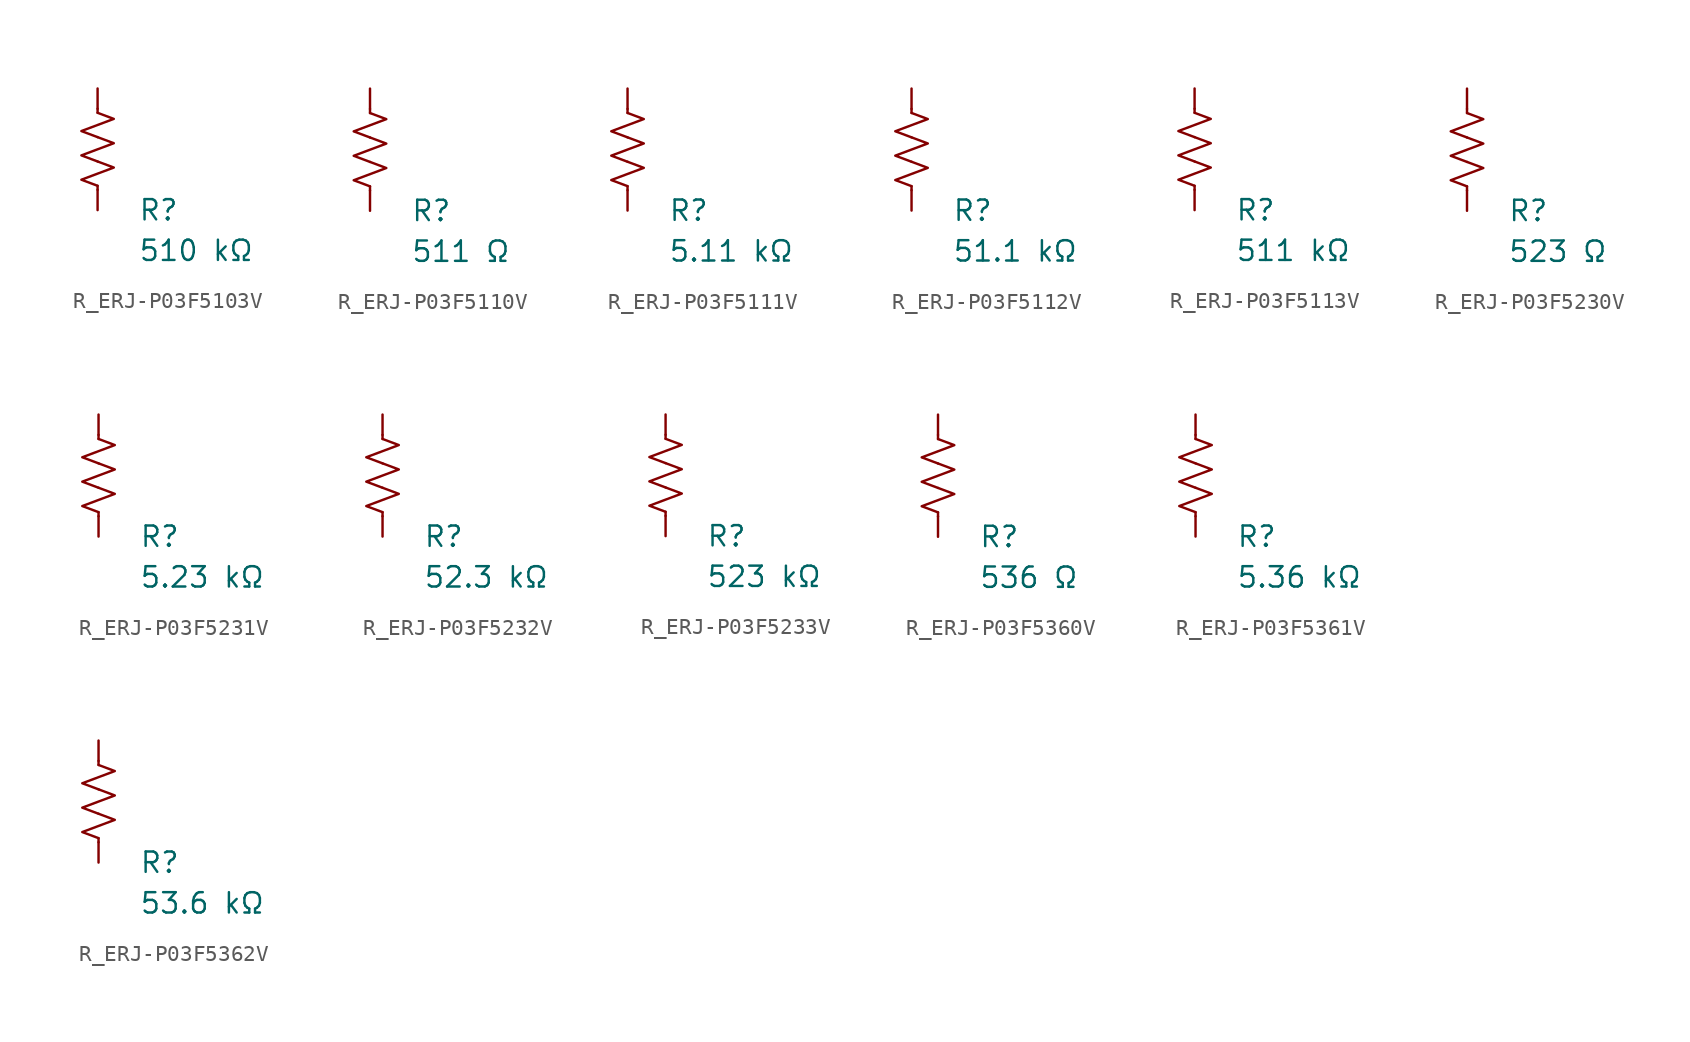
<source format=kicad_sym>
(kicad_symbol_lib
  (version 20231120)
  (generator "kicad_symbol_editor")
  (generator_version "8.0")
  (symbol "R_ERJ-P03F5103V"
    (pin_numbers hide)
    (pin_names
      (offset 0))
    (property "Reference" "R"
      (at 2.54 -3.81 0)
      (effects (font (size 1.27 1.27)) (justify left))
      (show_name no))
    (property "Value" "510 kΩ"
      (at 2.54 -6.35 0)
      (effects (font (size 1.27 1.27)) (justify left))
      (show_name no))
    (symbol "R_ERJ-P03F5103V_0_1"
      (polyline (pts (xy 0 -2.286) (xy 0 -2.54)) (stroke (width 0) (type default)) (fill (type none)))
      (polyline (pts (xy 0 2.286) (xy 0 2.54)) (stroke (width 0) (type default)) (fill (type none)))
      (polyline (pts (xy 0 -0.762) (xy 1.016 -1.143) (xy 0 -1.524) (xy -1.016 -1.905) (xy 0 -2.286)) (stroke (width 0) (type default)) (fill (type none)))
      (polyline (pts (xy 0 0.762) (xy 1.016 0.381) (xy 0 0) (xy -1.016 -0.381) (xy 0 -0.762)) (stroke (width 0) (type default)) (fill (type none)))
      (polyline (pts (xy 0 2.286) (xy 1.016 1.905) (xy 0 1.524) (xy -1.016 1.143) (xy 0 0.762)) (stroke (width 0) (type default)) (fill (type none))))
    (symbol "R_ERJ-P03F5103V_1_1"
      (pin passive line (at 0 3.81 270) (length 1.27) (name "~" (effects (font (size 1.27 1.27)))) (number "1" (effects (font (size 1.27 1.27)))))
      (pin passive line (at 0 -3.81 90) (length 1.27) (name "~" (effects (font (size 1.27 1.27)))) (number "2" (effects (font (size 1.27 1.27)))))))
  (symbol "R_ERJ-P03F5110V"
    (pin_numbers hide)
    (pin_names
      (offset 0))
    (property "Reference" "R"
      (at 2.54 -3.81 0)
      (effects (font (size 1.27 1.27)) (justify left))
      (show_name no))
    (property "Value" "511 Ω"
      (at 2.54 -6.35 0)
      (effects (font (size 1.27 1.27)) (justify left))
      (show_name no))
    (symbol "R_ERJ-P03F5110V_0_1"
      (polyline (pts (xy 0 -2.286) (xy 0 -2.54)) (stroke (width 0) (type default)) (fill (type none)))
      (polyline (pts (xy 0 2.286) (xy 0 2.54)) (stroke (width 0) (type default)) (fill (type none)))
      (polyline (pts (xy 0 -0.762) (xy 1.016 -1.143) (xy 0 -1.524) (xy -1.016 -1.905) (xy 0 -2.286)) (stroke (width 0) (type default)) (fill (type none)))
      (polyline (pts (xy 0 0.762) (xy 1.016 0.381) (xy 0 0) (xy -1.016 -0.381) (xy 0 -0.762)) (stroke (width 0) (type default)) (fill (type none)))
      (polyline (pts (xy 0 2.286) (xy 1.016 1.905) (xy 0 1.524) (xy -1.016 1.143) (xy 0 0.762)) (stroke (width 0) (type default)) (fill (type none))))
    (symbol "R_ERJ-P03F5110V_1_1"
      (pin passive line (at 0 3.81 270) (length 1.27) (name "~" (effects (font (size 1.27 1.27)))) (number "1" (effects (font (size 1.27 1.27)))))
      (pin passive line (at 0 -3.81 90) (length 1.27) (name "~" (effects (font (size 1.27 1.27)))) (number "2" (effects (font (size 1.27 1.27)))))))
  (symbol "R_ERJ-P03F5111V"
    (pin_numbers hide)
    (pin_names
      (offset 0))
    (property "Reference" "R"
      (at 2.54 -3.81 0)
      (effects (font (size 1.27 1.27)) (justify left))
      (show_name no))
    (property "Value" "5.11 kΩ"
      (at 2.54 -6.35 0)
      (effects (font (size 1.27 1.27)) (justify left))
      (show_name no))
    (symbol "R_ERJ-P03F5111V_0_1"
      (polyline (pts (xy 0 -2.286) (xy 0 -2.54)) (stroke (width 0) (type default)) (fill (type none)))
      (polyline (pts (xy 0 2.286) (xy 0 2.54)) (stroke (width 0) (type default)) (fill (type none)))
      (polyline (pts (xy 0 -0.762) (xy 1.016 -1.143) (xy 0 -1.524) (xy -1.016 -1.905) (xy 0 -2.286)) (stroke (width 0) (type default)) (fill (type none)))
      (polyline (pts (xy 0 0.762) (xy 1.016 0.381) (xy 0 0) (xy -1.016 -0.381) (xy 0 -0.762)) (stroke (width 0) (type default)) (fill (type none)))
      (polyline (pts (xy 0 2.286) (xy 1.016 1.905) (xy 0 1.524) (xy -1.016 1.143) (xy 0 0.762)) (stroke (width 0) (type default)) (fill (type none))))
    (symbol "R_ERJ-P03F5111V_1_1"
      (pin passive line (at 0 3.81 270) (length 1.27) (name "~" (effects (font (size 1.27 1.27)))) (number "1" (effects (font (size 1.27 1.27)))))
      (pin passive line (at 0 -3.81 90) (length 1.27) (name "~" (effects (font (size 1.27 1.27)))) (number "2" (effects (font (size 1.27 1.27)))))))
  (symbol "R_ERJ-P03F5112V"
    (pin_numbers hide)
    (pin_names
      (offset 0))
    (property "Reference" "R"
      (at 2.54 -3.81 0)
      (effects (font (size 1.27 1.27)) (justify left))
      (show_name no))
    (property "Value" "51.1 kΩ"
      (at 2.54 -6.35 0)
      (effects (font (size 1.27 1.27)) (justify left))
      (show_name no))
    (symbol "R_ERJ-P03F5112V_0_1"
      (polyline (pts (xy 0 -2.286) (xy 0 -2.54)) (stroke (width 0) (type default)) (fill (type none)))
      (polyline (pts (xy 0 2.286) (xy 0 2.54)) (stroke (width 0) (type default)) (fill (type none)))
      (polyline (pts (xy 0 -0.762) (xy 1.016 -1.143) (xy 0 -1.524) (xy -1.016 -1.905) (xy 0 -2.286)) (stroke (width 0) (type default)) (fill (type none)))
      (polyline (pts (xy 0 0.762) (xy 1.016 0.381) (xy 0 0) (xy -1.016 -0.381) (xy 0 -0.762)) (stroke (width 0) (type default)) (fill (type none)))
      (polyline (pts (xy 0 2.286) (xy 1.016 1.905) (xy 0 1.524) (xy -1.016 1.143) (xy 0 0.762)) (stroke (width 0) (type default)) (fill (type none))))
    (symbol "R_ERJ-P03F5112V_1_1"
      (pin passive line (at 0 3.81 270) (length 1.27) (name "~" (effects (font (size 1.27 1.27)))) (number "1" (effects (font (size 1.27 1.27)))))
      (pin passive line (at 0 -3.81 90) (length 1.27) (name "~" (effects (font (size 1.27 1.27)))) (number "2" (effects (font (size 1.27 1.27)))))))
  (symbol "R_ERJ-P03F5113V"
    (pin_numbers hide)
    (pin_names
      (offset 0))
    (property "Reference" "R"
      (at 2.54 -3.81 0)
      (effects (font (size 1.27 1.27)) (justify left))
      (show_name no))
    (property "Value" "511 kΩ"
      (at 2.54 -6.35 0)
      (effects (font (size 1.27 1.27)) (justify left))
      (show_name no))
    (symbol "R_ERJ-P03F5113V_0_1"
      (polyline (pts (xy 0 -2.286) (xy 0 -2.54)) (stroke (width 0) (type default)) (fill (type none)))
      (polyline (pts (xy 0 2.286) (xy 0 2.54)) (stroke (width 0) (type default)) (fill (type none)))
      (polyline (pts (xy 0 -0.762) (xy 1.016 -1.143) (xy 0 -1.524) (xy -1.016 -1.905) (xy 0 -2.286)) (stroke (width 0) (type default)) (fill (type none)))
      (polyline (pts (xy 0 0.762) (xy 1.016 0.381) (xy 0 0) (xy -1.016 -0.381) (xy 0 -0.762)) (stroke (width 0) (type default)) (fill (type none)))
      (polyline (pts (xy 0 2.286) (xy 1.016 1.905) (xy 0 1.524) (xy -1.016 1.143) (xy 0 0.762)) (stroke (width 0) (type default)) (fill (type none))))
    (symbol "R_ERJ-P03F5113V_1_1"
      (pin passive line (at 0 3.81 270) (length 1.27) (name "~" (effects (font (size 1.27 1.27)))) (number "1" (effects (font (size 1.27 1.27)))))
      (pin passive line (at 0 -3.81 90) (length 1.27) (name "~" (effects (font (size 1.27 1.27)))) (number "2" (effects (font (size 1.27 1.27)))))))
  (symbol "R_ERJ-P03F5230V"
    (pin_numbers hide)
    (pin_names
      (offset 0))
    (property "Reference" "R"
      (at 2.54 -3.81 0)
      (effects (font (size 1.27 1.27)) (justify left))
      (show_name no))
    (property "Value" "523 Ω"
      (at 2.54 -6.35 0)
      (effects (font (size 1.27 1.27)) (justify left))
      (show_name no))
    (symbol "R_ERJ-P03F5230V_0_1"
      (polyline (pts (xy 0 -2.286) (xy 0 -2.54)) (stroke (width 0) (type default)) (fill (type none)))
      (polyline (pts (xy 0 2.286) (xy 0 2.54)) (stroke (width 0) (type default)) (fill (type none)))
      (polyline (pts (xy 0 -0.762) (xy 1.016 -1.143) (xy 0 -1.524) (xy -1.016 -1.905) (xy 0 -2.286)) (stroke (width 0) (type default)) (fill (type none)))
      (polyline (pts (xy 0 0.762) (xy 1.016 0.381) (xy 0 0) (xy -1.016 -0.381) (xy 0 -0.762)) (stroke (width 0) (type default)) (fill (type none)))
      (polyline (pts (xy 0 2.286) (xy 1.016 1.905) (xy 0 1.524) (xy -1.016 1.143) (xy 0 0.762)) (stroke (width 0) (type default)) (fill (type none))))
    (symbol "R_ERJ-P03F5230V_1_1"
      (pin passive line (at 0 3.81 270) (length 1.27) (name "~" (effects (font (size 1.27 1.27)))) (number "1" (effects (font (size 1.27 1.27)))))
      (pin passive line (at 0 -3.81 90) (length 1.27) (name "~" (effects (font (size 1.27 1.27)))) (number "2" (effects (font (size 1.27 1.27)))))))
  (symbol "R_ERJ-P03F5231V"
    (pin_numbers hide)
    (pin_names
      (offset 0))
    (property "Reference" "R"
      (at 2.54 -3.81 0)
      (effects (font (size 1.27 1.27)) (justify left))
      (show_name no))
    (property "Value" "5.23 kΩ"
      (at 2.54 -6.35 0)
      (effects (font (size 1.27 1.27)) (justify left))
      (show_name no))
    (symbol "R_ERJ-P03F5231V_0_1"
      (polyline (pts (xy 0 -2.286) (xy 0 -2.54)) (stroke (width 0) (type default)) (fill (type none)))
      (polyline (pts (xy 0 2.286) (xy 0 2.54)) (stroke (width 0) (type default)) (fill (type none)))
      (polyline (pts (xy 0 -0.762) (xy 1.016 -1.143) (xy 0 -1.524) (xy -1.016 -1.905) (xy 0 -2.286)) (stroke (width 0) (type default)) (fill (type none)))
      (polyline (pts (xy 0 0.762) (xy 1.016 0.381) (xy 0 0) (xy -1.016 -0.381) (xy 0 -0.762)) (stroke (width 0) (type default)) (fill (type none)))
      (polyline (pts (xy 0 2.286) (xy 1.016 1.905) (xy 0 1.524) (xy -1.016 1.143) (xy 0 0.762)) (stroke (width 0) (type default)) (fill (type none))))
    (symbol "R_ERJ-P03F5231V_1_1"
      (pin passive line (at 0 3.81 270) (length 1.27) (name "~" (effects (font (size 1.27 1.27)))) (number "1" (effects (font (size 1.27 1.27)))))
      (pin passive line (at 0 -3.81 90) (length 1.27) (name "~" (effects (font (size 1.27 1.27)))) (number "2" (effects (font (size 1.27 1.27)))))))
  (symbol "R_ERJ-P03F5232V"
    (pin_numbers hide)
    (pin_names
      (offset 0))
    (property "Reference" "R"
      (at 2.54 -3.81 0)
      (effects (font (size 1.27 1.27)) (justify left))
      (show_name no))
    (property "Value" "52.3 kΩ"
      (at 2.54 -6.35 0)
      (effects (font (size 1.27 1.27)) (justify left))
      (show_name no))
    (symbol "R_ERJ-P03F5232V_0_1"
      (polyline (pts (xy 0 -2.286) (xy 0 -2.54)) (stroke (width 0) (type default)) (fill (type none)))
      (polyline (pts (xy 0 2.286) (xy 0 2.54)) (stroke (width 0) (type default)) (fill (type none)))
      (polyline (pts (xy 0 -0.762) (xy 1.016 -1.143) (xy 0 -1.524) (xy -1.016 -1.905) (xy 0 -2.286)) (stroke (width 0) (type default)) (fill (type none)))
      (polyline (pts (xy 0 0.762) (xy 1.016 0.381) (xy 0 0) (xy -1.016 -0.381) (xy 0 -0.762)) (stroke (width 0) (type default)) (fill (type none)))
      (polyline (pts (xy 0 2.286) (xy 1.016 1.905) (xy 0 1.524) (xy -1.016 1.143) (xy 0 0.762)) (stroke (width 0) (type default)) (fill (type none))))
    (symbol "R_ERJ-P03F5232V_1_1"
      (pin passive line (at 0 3.81 270) (length 1.27) (name "~" (effects (font (size 1.27 1.27)))) (number "1" (effects (font (size 1.27 1.27)))))
      (pin passive line (at 0 -3.81 90) (length 1.27) (name "~" (effects (font (size 1.27 1.27)))) (number "2" (effects (font (size 1.27 1.27)))))))
  (symbol "R_ERJ-P03F5233V"
    (pin_numbers hide)
    (pin_names
      (offset 0))
    (property "Reference" "R"
      (at 2.54 -3.81 0)
      (effects (font (size 1.27 1.27)) (justify left))
      (show_name no))
    (property "Value" "523 kΩ"
      (at 2.54 -6.35 0)
      (effects (font (size 1.27 1.27)) (justify left))
      (show_name no))
    (symbol "R_ERJ-P03F5233V_0_1"
      (polyline (pts (xy 0 -2.286) (xy 0 -2.54)) (stroke (width 0) (type default)) (fill (type none)))
      (polyline (pts (xy 0 2.286) (xy 0 2.54)) (stroke (width 0) (type default)) (fill (type none)))
      (polyline (pts (xy 0 -0.762) (xy 1.016 -1.143) (xy 0 -1.524) (xy -1.016 -1.905) (xy 0 -2.286)) (stroke (width 0) (type default)) (fill (type none)))
      (polyline (pts (xy 0 0.762) (xy 1.016 0.381) (xy 0 0) (xy -1.016 -0.381) (xy 0 -0.762)) (stroke (width 0) (type default)) (fill (type none)))
      (polyline (pts (xy 0 2.286) (xy 1.016 1.905) (xy 0 1.524) (xy -1.016 1.143) (xy 0 0.762)) (stroke (width 0) (type default)) (fill (type none))))
    (symbol "R_ERJ-P03F5233V_1_1"
      (pin passive line (at 0 3.81 270) (length 1.27) (name "~" (effects (font (size 1.27 1.27)))) (number "1" (effects (font (size 1.27 1.27)))))
      (pin passive line (at 0 -3.81 90) (length 1.27) (name "~" (effects (font (size 1.27 1.27)))) (number "2" (effects (font (size 1.27 1.27)))))))
  (symbol "R_ERJ-P03F5360V"
    (pin_numbers hide)
    (pin_names
      (offset 0))
    (property "Reference" "R"
      (at 2.54 -3.81 0)
      (effects (font (size 1.27 1.27)) (justify left))
      (show_name no))
    (property "Value" "536 Ω"
      (at 2.54 -6.35 0)
      (effects (font (size 1.27 1.27)) (justify left))
      (show_name no))
    (symbol "R_ERJ-P03F5360V_0_1"
      (polyline (pts (xy 0 -2.286) (xy 0 -2.54)) (stroke (width 0) (type default)) (fill (type none)))
      (polyline (pts (xy 0 2.286) (xy 0 2.54)) (stroke (width 0) (type default)) (fill (type none)))
      (polyline (pts (xy 0 -0.762) (xy 1.016 -1.143) (xy 0 -1.524) (xy -1.016 -1.905) (xy 0 -2.286)) (stroke (width 0) (type default)) (fill (type none)))
      (polyline (pts (xy 0 0.762) (xy 1.016 0.381) (xy 0 0) (xy -1.016 -0.381) (xy 0 -0.762)) (stroke (width 0) (type default)) (fill (type none)))
      (polyline (pts (xy 0 2.286) (xy 1.016 1.905) (xy 0 1.524) (xy -1.016 1.143) (xy 0 0.762)) (stroke (width 0) (type default)) (fill (type none))))
    (symbol "R_ERJ-P03F5360V_1_1"
      (pin passive line (at 0 3.81 270) (length 1.27) (name "~" (effects (font (size 1.27 1.27)))) (number "1" (effects (font (size 1.27 1.27)))))
      (pin passive line (at 0 -3.81 90) (length 1.27) (name "~" (effects (font (size 1.27 1.27)))) (number "2" (effects (font (size 1.27 1.27)))))))
  (symbol "R_ERJ-P03F5361V"
    (pin_numbers hide)
    (pin_names
      (offset 0))
    (property "Reference" "R"
      (at 2.54 -3.81 0)
      (effects (font (size 1.27 1.27)) (justify left))
      (show_name no))
    (property "Value" "5.36 kΩ"
      (at 2.54 -6.35 0)
      (effects (font (size 1.27 1.27)) (justify left))
      (show_name no))
    (symbol "R_ERJ-P03F5361V_0_1"
      (polyline (pts (xy 0 -2.286) (xy 0 -2.54)) (stroke (width 0) (type default)) (fill (type none)))
      (polyline (pts (xy 0 2.286) (xy 0 2.54)) (stroke (width 0) (type default)) (fill (type none)))
      (polyline (pts (xy 0 -0.762) (xy 1.016 -1.143) (xy 0 -1.524) (xy -1.016 -1.905) (xy 0 -2.286)) (stroke (width 0) (type default)) (fill (type none)))
      (polyline (pts (xy 0 0.762) (xy 1.016 0.381) (xy 0 0) (xy -1.016 -0.381) (xy 0 -0.762)) (stroke (width 0) (type default)) (fill (type none)))
      (polyline (pts (xy 0 2.286) (xy 1.016 1.905) (xy 0 1.524) (xy -1.016 1.143) (xy 0 0.762)) (stroke (width 0) (type default)) (fill (type none))))
    (symbol "R_ERJ-P03F5361V_1_1"
      (pin passive line (at 0 3.81 270) (length 1.27) (name "~" (effects (font (size 1.27 1.27)))) (number "1" (effects (font (size 1.27 1.27)))))
      (pin passive line (at 0 -3.81 90) (length 1.27) (name "~" (effects (font (size 1.27 1.27)))) (number "2" (effects (font (size 1.27 1.27)))))))
  (symbol "R_ERJ-P03F5362V"
    (pin_numbers hide)
    (pin_names
      (offset 0))
    (property "Reference" "R"
      (at 2.54 -3.81 0)
      (effects (font (size 1.27 1.27)) (justify left))
      (show_name no))
    (property "Value" "53.6 kΩ"
      (at 2.54 -6.35 0)
      (effects (font (size 1.27 1.27)) (justify left))
      (show_name no))
    (symbol "R_ERJ-P03F5362V_0_1"
      (polyline (pts (xy 0 -2.286) (xy 0 -2.54)) (stroke (width 0) (type default)) (fill (type none)))
      (polyline (pts (xy 0 2.286) (xy 0 2.54)) (stroke (width 0) (type default)) (fill (type none)))
      (polyline (pts (xy 0 -0.762) (xy 1.016 -1.143) (xy 0 -1.524) (xy -1.016 -1.905) (xy 0 -2.286)) (stroke (width 0) (type default)) (fill (type none)))
      (polyline (pts (xy 0 0.762) (xy 1.016 0.381) (xy 0 0) (xy -1.016 -0.381) (xy 0 -0.762)) (stroke (width 0) (type default)) (fill (type none)))
      (polyline (pts (xy 0 2.286) (xy 1.016 1.905) (xy 0 1.524) (xy -1.016 1.143) (xy 0 0.762)) (stroke (width 0) (type default)) (fill (type none))))
    (symbol "R_ERJ-P03F5362V_1_1"
      (pin passive line (at 0 3.81 270) (length 1.27) (name "~" (effects (font (size 1.27 1.27)))) (number "1" (effects (font (size 1.27 1.27)))))
      (pin passive line (at 0 -3.81 90) (length 1.27) (name "~" (effects (font (size 1.27 1.27)))) (number "2" (effects (font (size 1.27 1.27))))))))
</source>
